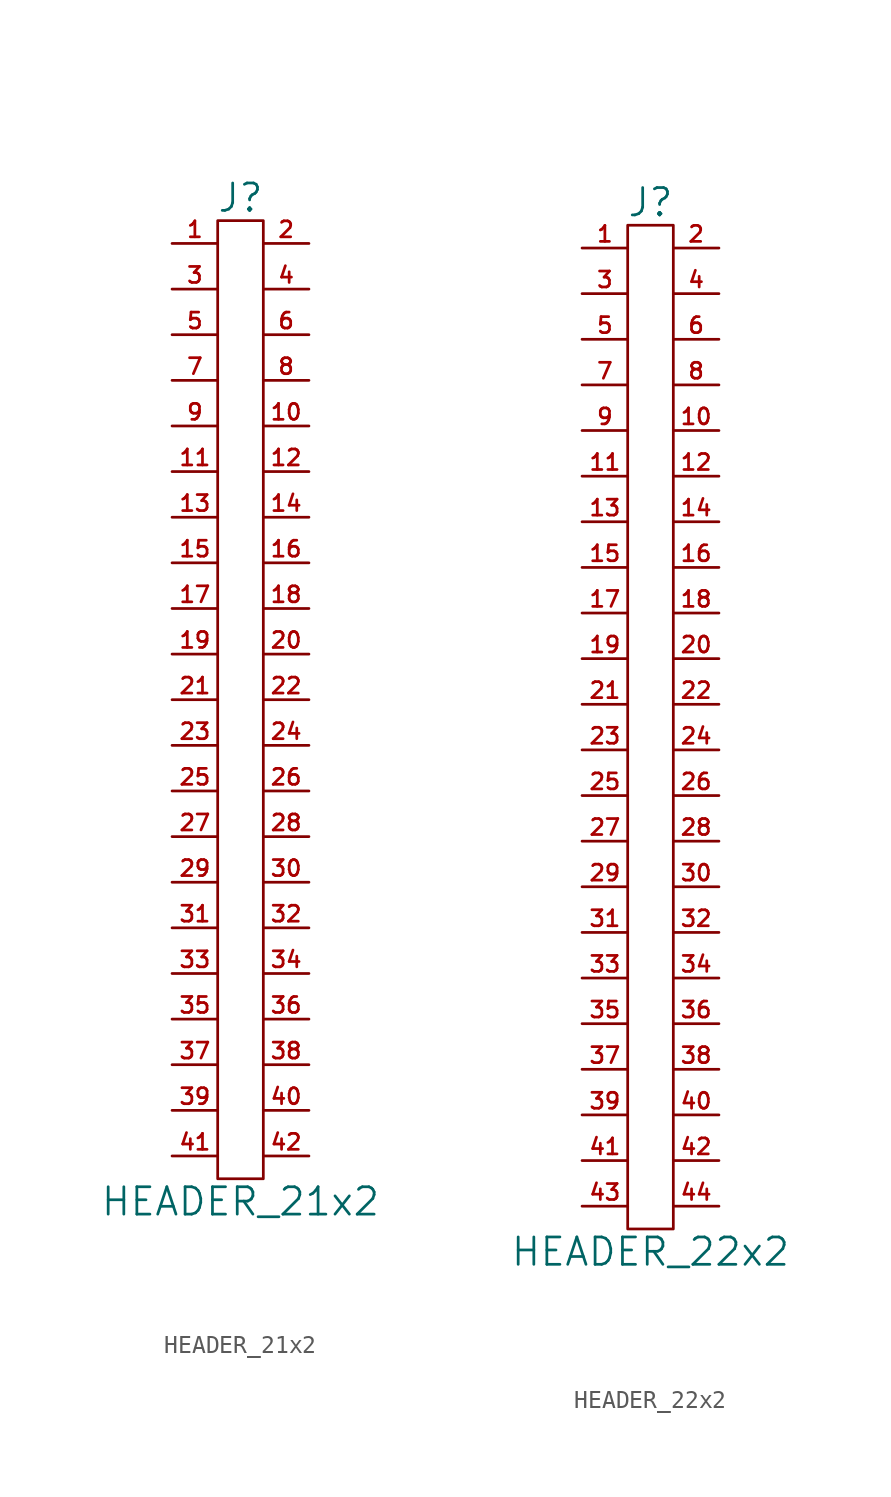
<source format=kicad_sym>
(kicad_symbol_lib
  (version 20220914)
  (generator kicad_symbol_editor)
  (symbol "HEADER_21x2"
    (pin_names
      (offset 0))
    (property "Reference" "J"
      (at 0 27.94 0)
      (effects (font (size 1.524 1.524))))
    (property "Value" "HEADER_21x2"
      (at 0 -27.94 0)
      (effects (font (size 1.524 1.524))))
    (property "Footprint" ""
      (at 0 -5.08 0)
      (effects (font (size 1.524 1.524))))
    (property "Datasheet" ""
      (at 0 0 0)
      (effects (font (size 1.524 1.524))))
    (symbol "HEADER_21x2_0_1"
      (rectangle (start 1.27 -26.67) (end -1.27 26.67) (stroke (width 0) (type solid)) (fill (type none))))
    (symbol "HEADER_21x2_1_1"
      (pin passive line (at -3.81 25.4 0) (length 2.54) (name "~" (effects (font (size 0.889 0.889)))) (number "1" (effects (font (size 0.889 0.889)))))
      (pin passive line (at 3.81 15.24 180) (length 2.54) (name "~" (effects (font (size 1.27 1.27)))) (number "10" (effects (font (size 0.889 0.889)))))
      (pin passive line (at -3.81 12.7 0) (length 2.54) (name "~" (effects (font (size 1.27 1.27)))) (number "11" (effects (font (size 0.889 0.889)))))
      (pin passive line (at 3.81 12.7 180) (length 2.54) (name "~" (effects (font (size 1.27 1.27)))) (number "12" (effects (font (size 0.889 0.889)))))
      (pin passive line (at -3.81 10.16 0) (length 2.54) (name "~" (effects (font (size 1.27 1.27)))) (number "13" (effects (font (size 0.889 0.889)))))
      (pin passive line (at 3.81 10.16 180) (length 2.54) (name "~" (effects (font (size 1.27 1.27)))) (number "14" (effects (font (size 0.889 0.889)))))
      (pin passive line (at -3.81 7.62 0) (length 2.54) (name "~" (effects (font (size 1.27 1.27)))) (number "15" (effects (font (size 0.889 0.889)))))
      (pin passive line (at 3.81 7.62 180) (length 2.54) (name "~" (effects (font (size 1.27 1.27)))) (number "16" (effects (font (size 0.889 0.889)))))
      (pin passive line (at -3.81 5.08 0) (length 2.54) (name "~" (effects (font (size 1.27 1.27)))) (number "17" (effects (font (size 0.889 0.889)))))
      (pin passive line (at 3.81 5.08 180) (length 2.54) (name "~" (effects (font (size 1.27 1.27)))) (number "18" (effects (font (size 0.889 0.889)))))
      (pin passive line (at -3.81 2.54 0) (length 2.54) (name "~" (effects (font (size 1.27 1.27)))) (number "19" (effects (font (size 0.889 0.889)))))
      (pin passive line (at 3.81 25.4 180) (length 2.54) (name "~" (effects (font (size 1.27 1.27)))) (number "2" (effects (font (size 0.889 0.889)))))
      (pin passive line (at 3.81 2.54 180) (length 2.54) (name "~" (effects (font (size 1.27 1.27)))) (number "20" (effects (font (size 0.889 0.889)))))
      (pin passive line (at -3.81 0 0) (length 2.54) (name "~" (effects (font (size 1.27 1.27)))) (number "21" (effects (font (size 0.889 0.889)))))
      (pin passive line (at 3.81 0 180) (length 2.54) (name "~" (effects (font (size 1.27 1.27)))) (number "22" (effects (font (size 0.889 0.889)))))
      (pin passive line (at -3.81 -2.54 0) (length 2.54) (name "~" (effects (font (size 1.27 1.27)))) (number "23" (effects (font (size 0.889 0.889)))))
      (pin passive line (at 3.81 -2.54 180) (length 2.54) (name "~" (effects (font (size 1.27 1.27)))) (number "24" (effects (font (size 0.889 0.889)))))
      (pin passive line (at -3.81 -5.08 0) (length 2.54) (name "~" (effects (font (size 1.27 1.27)))) (number "25" (effects (font (size 0.889 0.889)))))
      (pin passive line (at 3.81 -5.08 180) (length 2.54) (name "~" (effects (font (size 1.27 1.27)))) (number "26" (effects (font (size 0.889 0.889)))))
      (pin passive line (at -3.81 -7.62 0) (length 2.54) (name "~" (effects (font (size 1.27 1.27)))) (number "27" (effects (font (size 0.889 0.889)))))
      (pin passive line (at 3.81 -7.62 180) (length 2.54) (name "~" (effects (font (size 1.27 1.27)))) (number "28" (effects (font (size 0.889 0.889)))))
      (pin passive line (at -3.81 -10.16 0) (length 2.54) (name "~" (effects (font (size 1.27 1.27)))) (number "29" (effects (font (size 0.889 0.889)))))
      (pin passive line (at -3.81 22.86 0) (length 2.54) (name "~" (effects (font (size 1.27 1.27)))) (number "3" (effects (font (size 0.889 0.889)))))
      (pin passive line (at 3.81 -10.16 180) (length 2.54) (name "~" (effects (font (size 1.27 1.27)))) (number "30" (effects (font (size 0.889 0.889)))))
      (pin passive line (at -3.81 -12.7 0) (length 2.54) (name "~" (effects (font (size 1.27 1.27)))) (number "31" (effects (font (size 0.889 0.889)))))
      (pin passive line (at 3.81 -12.7 180) (length 2.54) (name "~" (effects (font (size 1.27 1.27)))) (number "32" (effects (font (size 0.889 0.889)))))
      (pin passive line (at -3.81 -15.24 0) (length 2.54) (name "~" (effects (font (size 1.27 1.27)))) (number "33" (effects (font (size 0.889 0.889)))))
      (pin passive line (at 3.81 -15.24 180) (length 2.54) (name "~" (effects (font (size 1.27 1.27)))) (number "34" (effects (font (size 0.889 0.889)))))
      (pin passive line (at -3.81 -17.78 0) (length 2.54) (name "~" (effects (font (size 1.27 1.27)))) (number "35" (effects (font (size 0.889 0.889)))))
      (pin passive line (at 3.81 -17.78 180) (length 2.54) (name "~" (effects (font (size 1.27 1.27)))) (number "36" (effects (font (size 0.889 0.889)))))
      (pin passive line (at -3.81 -20.32 0) (length 2.54) (name "~" (effects (font (size 1.27 1.27)))) (number "37" (effects (font (size 0.889 0.889)))))
      (pin passive line (at 3.81 -20.32 180) (length 2.54) (name "~" (effects (font (size 1.27 1.27)))) (number "38" (effects (font (size 0.889 0.889)))))
      (pin passive line (at -3.81 -22.86 0) (length 2.54) (name "~" (effects (font (size 1.27 1.27)))) (number "39" (effects (font (size 0.889 0.889)))))
      (pin passive line (at 3.81 22.86 180) (length 2.54) (name "~" (effects (font (size 1.27 1.27)))) (number "4" (effects (font (size 0.889 0.889)))))
      (pin passive line (at 3.81 -22.86 180) (length 2.54) (name "~" (effects (font (size 1.27 1.27)))) (number "40" (effects (font (size 0.889 0.889)))))
      (pin passive line (at -3.81 -25.4 0) (length 2.54) (name "~" (effects (font (size 1.27 1.27)))) (number "41" (effects (font (size 0.889 0.889)))))
      (pin passive line (at 3.81 -25.4 180) (length 2.54) (name "~" (effects (font (size 1.27 1.27)))) (number "42" (effects (font (size 0.889 0.889)))))
      (pin passive line (at -3.81 20.32 0) (length 2.54) (name "~" (effects (font (size 1.27 1.27)))) (number "5" (effects (font (size 0.889 0.889)))))
      (pin passive line (at 3.81 20.32 180) (length 2.54) (name "~" (effects (font (size 1.27 1.27)))) (number "6" (effects (font (size 0.889 0.889)))))
      (pin passive line (at -3.81 17.78 0) (length 2.54) (name "~" (effects (font (size 1.27 1.27)))) (number "7" (effects (font (size 0.889 0.889)))))
      (pin passive line (at 3.81 17.78 180) (length 2.54) (name "~" (effects (font (size 1.27 1.27)))) (number "8" (effects (font (size 0.889 0.889)))))
      (pin passive line (at -3.81 15.24 0) (length 2.54) (name "~" (effects (font (size 1.27 1.27)))) (number "9" (effects (font (size 0.889 0.889)))))))
  (symbol "HEADER_22x2"
    (pin_names
      (offset 0))
    (property "Reference" "J"
      (at 0 29.21 0)
      (effects (font (size 1.524 1.524))))
    (property "Value" "HEADER_22x2"
      (at 0 -29.21 0)
      (effects (font (size 1.524 1.524))))
    (property "Footprint" ""
      (at 0 -3.81 0)
      (effects (font (size 1.524 1.524))))
    (property "Datasheet" ""
      (at 0 0 0)
      (effects (font (size 1.524 1.524))))
    (symbol "HEADER_22x2_0_1"
      (rectangle (start 1.27 -27.94) (end -1.27 27.94) (stroke (width 0) (type solid)) (fill (type none))))
    (symbol "HEADER_22x2_1_1"
      (pin passive line (at -3.81 26.67 0) (length 2.54) (name "~" (effects (font (size 0.889 0.889)))) (number "1" (effects (font (size 0.889 0.889)))))
      (pin passive line (at 3.81 16.51 180) (length 2.54) (name "~" (effects (font (size 1.27 1.27)))) (number "10" (effects (font (size 0.889 0.889)))))
      (pin passive line (at -3.81 13.97 0) (length 2.54) (name "~" (effects (font (size 1.27 1.27)))) (number "11" (effects (font (size 0.889 0.889)))))
      (pin passive line (at 3.81 13.97 180) (length 2.54) (name "~" (effects (font (size 1.27 1.27)))) (number "12" (effects (font (size 0.889 0.889)))))
      (pin passive line (at -3.81 11.43 0) (length 2.54) (name "~" (effects (font (size 1.27 1.27)))) (number "13" (effects (font (size 0.889 0.889)))))
      (pin passive line (at 3.81 11.43 180) (length 2.54) (name "~" (effects (font (size 1.27 1.27)))) (number "14" (effects (font (size 0.889 0.889)))))
      (pin passive line (at -3.81 8.89 0) (length 2.54) (name "~" (effects (font (size 1.27 1.27)))) (number "15" (effects (font (size 0.889 0.889)))))
      (pin passive line (at 3.81 8.89 180) (length 2.54) (name "~" (effects (font (size 1.27 1.27)))) (number "16" (effects (font (size 0.889 0.889)))))
      (pin passive line (at -3.81 6.35 0) (length 2.54) (name "~" (effects (font (size 1.27 1.27)))) (number "17" (effects (font (size 0.889 0.889)))))
      (pin passive line (at 3.81 6.35 180) (length 2.54) (name "~" (effects (font (size 1.27 1.27)))) (number "18" (effects (font (size 0.889 0.889)))))
      (pin passive line (at -3.81 3.81 0) (length 2.54) (name "~" (effects (font (size 1.27 1.27)))) (number "19" (effects (font (size 0.889 0.889)))))
      (pin passive line (at 3.81 26.67 180) (length 2.54) (name "~" (effects (font (size 1.27 1.27)))) (number "2" (effects (font (size 0.889 0.889)))))
      (pin passive line (at 3.81 3.81 180) (length 2.54) (name "~" (effects (font (size 1.27 1.27)))) (number "20" (effects (font (size 0.889 0.889)))))
      (pin passive line (at -3.81 1.27 0) (length 2.54) (name "~" (effects (font (size 1.27 1.27)))) (number "21" (effects (font (size 0.889 0.889)))))
      (pin passive line (at 3.81 1.27 180) (length 2.54) (name "~" (effects (font (size 1.27 1.27)))) (number "22" (effects (font (size 0.889 0.889)))))
      (pin passive line (at -3.81 -1.27 0) (length 2.54) (name "~" (effects (font (size 1.27 1.27)))) (number "23" (effects (font (size 0.889 0.889)))))
      (pin passive line (at 3.81 -1.27 180) (length 2.54) (name "~" (effects (font (size 1.27 1.27)))) (number "24" (effects (font (size 0.889 0.889)))))
      (pin passive line (at -3.81 -3.81 0) (length 2.54) (name "~" (effects (font (size 1.27 1.27)))) (number "25" (effects (font (size 0.889 0.889)))))
      (pin passive line (at 3.81 -3.81 180) (length 2.54) (name "~" (effects (font (size 1.27 1.27)))) (number "26" (effects (font (size 0.889 0.889)))))
      (pin passive line (at -3.81 -6.35 0) (length 2.54) (name "~" (effects (font (size 1.27 1.27)))) (number "27" (effects (font (size 0.889 0.889)))))
      (pin passive line (at 3.81 -6.35 180) (length 2.54) (name "~" (effects (font (size 1.27 1.27)))) (number "28" (effects (font (size 0.889 0.889)))))
      (pin passive line (at -3.81 -8.89 0) (length 2.54) (name "~" (effects (font (size 1.27 1.27)))) (number "29" (effects (font (size 0.889 0.889)))))
      (pin passive line (at -3.81 24.13 0) (length 2.54) (name "~" (effects (font (size 1.27 1.27)))) (number "3" (effects (font (size 0.889 0.889)))))
      (pin passive line (at 3.81 -8.89 180) (length 2.54) (name "~" (effects (font (size 1.27 1.27)))) (number "30" (effects (font (size 0.889 0.889)))))
      (pin passive line (at -3.81 -11.43 0) (length 2.54) (name "~" (effects (font (size 1.27 1.27)))) (number "31" (effects (font (size 0.889 0.889)))))
      (pin passive line (at 3.81 -11.43 180) (length 2.54) (name "~" (effects (font (size 1.27 1.27)))) (number "32" (effects (font (size 0.889 0.889)))))
      (pin passive line (at -3.81 -13.97 0) (length 2.54) (name "~" (effects (font (size 1.27 1.27)))) (number "33" (effects (font (size 0.889 0.889)))))
      (pin passive line (at 3.81 -13.97 180) (length 2.54) (name "~" (effects (font (size 1.27 1.27)))) (number "34" (effects (font (size 0.889 0.889)))))
      (pin passive line (at -3.81 -16.51 0) (length 2.54) (name "~" (effects (font (size 1.27 1.27)))) (number "35" (effects (font (size 0.889 0.889)))))
      (pin passive line (at 3.81 -16.51 180) (length 2.54) (name "~" (effects (font (size 1.27 1.27)))) (number "36" (effects (font (size 0.889 0.889)))))
      (pin passive line (at -3.81 -19.05 0) (length 2.54) (name "~" (effects (font (size 1.27 1.27)))) (number "37" (effects (font (size 0.889 0.889)))))
      (pin passive line (at 3.81 -19.05 180) (length 2.54) (name "~" (effects (font (size 1.27 1.27)))) (number "38" (effects (font (size 0.889 0.889)))))
      (pin passive line (at -3.81 -21.59 0) (length 2.54) (name "~" (effects (font (size 1.27 1.27)))) (number "39" (effects (font (size 0.889 0.889)))))
      (pin passive line (at 3.81 24.13 180) (length 2.54) (name "~" (effects (font (size 1.27 1.27)))) (number "4" (effects (font (size 0.889 0.889)))))
      (pin passive line (at 3.81 -21.59 180) (length 2.54) (name "~" (effects (font (size 1.27 1.27)))) (number "40" (effects (font (size 0.889 0.889)))))
      (pin passive line (at -3.81 -24.13 0) (length 2.54) (name "~" (effects (font (size 1.27 1.27)))) (number "41" (effects (font (size 0.889 0.889)))))
      (pin passive line (at 3.81 -24.13 180) (length 2.54) (name "~" (effects (font (size 1.27 1.27)))) (number "42" (effects (font (size 0.889 0.889)))))
      (pin passive line (at -3.81 -26.67 0) (length 2.54) (name "~" (effects (font (size 1.27 1.27)))) (number "43" (effects (font (size 0.889 0.889)))))
      (pin passive line (at 3.81 -26.67 180) (length 2.54) (name "~" (effects (font (size 1.27 1.27)))) (number "44" (effects (font (size 0.889 0.889)))))
      (pin passive line (at -3.81 21.59 0) (length 2.54) (name "~" (effects (font (size 1.27 1.27)))) (number "5" (effects (font (size 0.889 0.889)))))
      (pin passive line (at 3.81 21.59 180) (length 2.54) (name "~" (effects (font (size 1.27 1.27)))) (number "6" (effects (font (size 0.889 0.889)))))
      (pin passive line (at -3.81 19.05 0) (length 2.54) (name "~" (effects (font (size 1.27 1.27)))) (number "7" (effects (font (size 0.889 0.889)))))
      (pin passive line (at 3.81 19.05 180) (length 2.54) (name "~" (effects (font (size 1.27 1.27)))) (number "8" (effects (font (size 0.889 0.889)))))
      (pin passive line (at -3.81 16.51 0) (length 2.54) (name "~" (effects (font (size 1.27 1.27)))) (number "9" (effects (font (size 0.889 0.889))))))))
</source>
